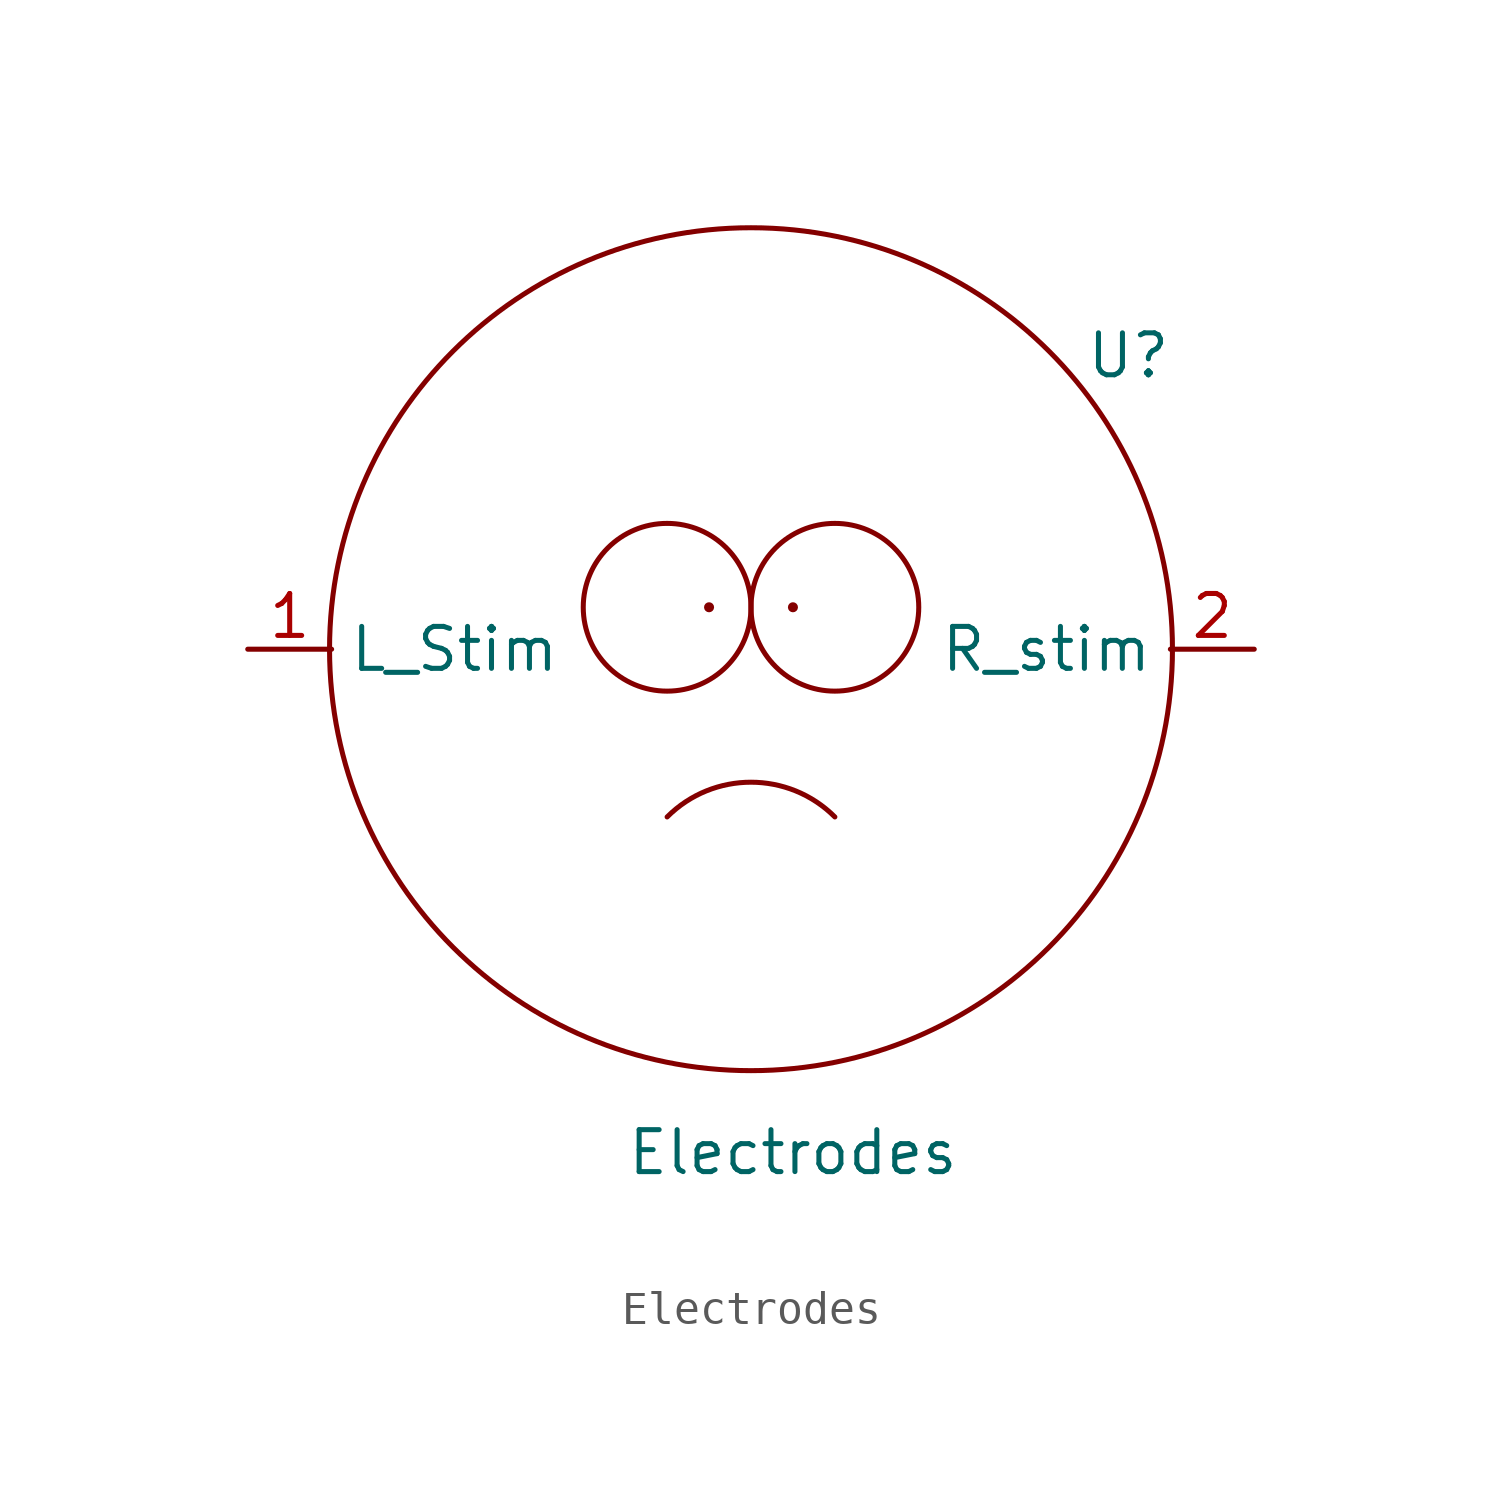
<source format=kicad_sym>
(kicad_symbol_lib
  (version 20211014)
  (generator kicad_symbol_editor)
  (symbol "Electrodes"
    (property "Reference" "U"
      (at 11.43 8.89 0)
      (effects (font (size 1.27 1.27))))
    (property "Value" "Electrodes"
      (at 1.27 -15.24 0)
      (effects (font (size 1.27 1.27))))
    (symbol "Electrodes_0_1"
      (circle (center -2.54 1.27) (radius 2.54) (stroke (width 0) (type default) (color 0 0 0 0)) (fill (type none)))
      (circle (center -1.27 1.27) (radius 0.0001) (stroke (width 0) (type default) (color 0 0 0 0)) (fill (type none)))
      (circle (center 0 0) (radius 12.763) (stroke (width 0) (type default) (color 0 0 0 0)) (fill (type none)))
      (circle (center 1.27 1.27) (radius 0.0001) (stroke (width 0) (type default) (color 0 0 0 0)) (fill (type none)))
      (arc (start 2.54 -5.08) (mid 0 1.0521) (end -2.54 -5.08) (stroke (width 0) (type default) (color 0 0 0 0)) (fill (type none)))
      (circle (center 2.54 1.27) (radius 2.54) (stroke (width 0) (type default) (color 0 0 0 0)) (fill (type none))))
    (symbol "Electrodes_1_1"
      (pin bidirectional line (at -15.24 0 0) (length 2.54) (name "L_Stim" (effects (font (size 1.27 1.27)))) (number "1" (effects (font (size 1.27 1.27)))))
      (pin input line (at 15.24 0 180) (length 2.54) (name "R_stim" (effects (font (size 1.27 1.27)))) (number "2" (effects (font (size 1.27 1.27))))))))
</source>
